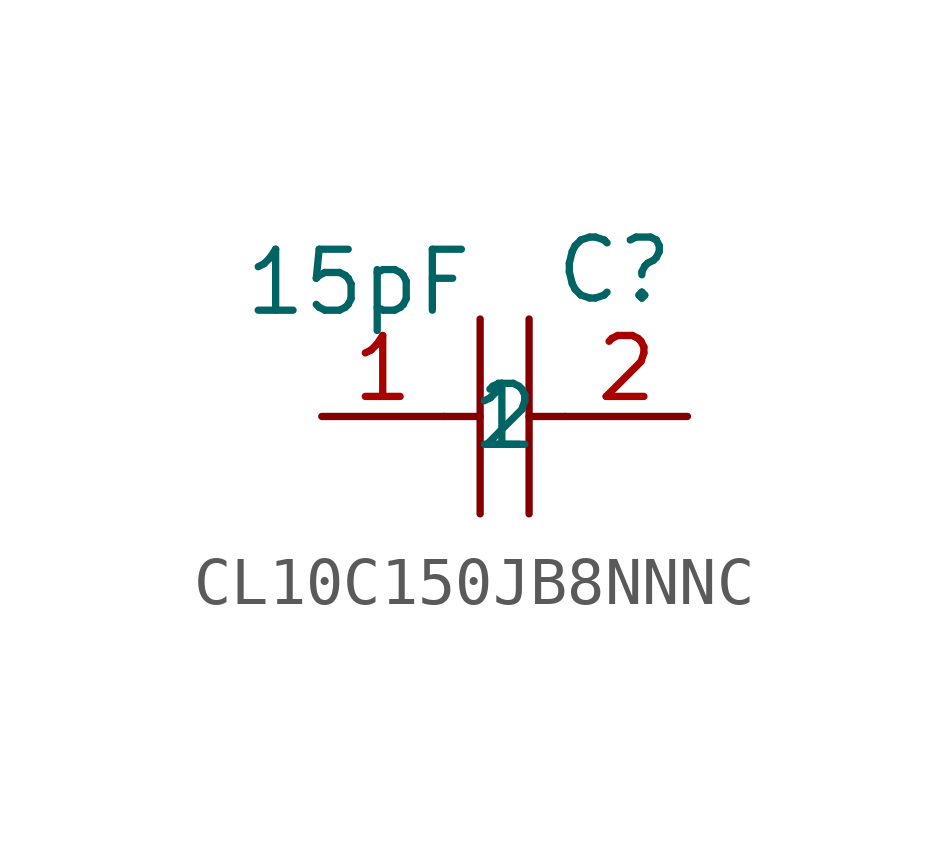
<source format=kicad_sym>
(kicad_symbol_lib
  (version 20231120)
  (generator "kicad_symbol_editor")
  (generator_version "8.0")
  (symbol "CL10C150JB8NNNC"
    (property "Reference" "C"
      (at 2.286 3.048 0)
      (effects (font (size 1.27 1.27))))
    (property "Value" "15pF"
      (at -3.048 2.794 0)
      (effects (font (size 1.27 1.27))))
    (symbol "CL10C150JB8NNNC_0_1"
      (polyline (pts (xy -1.27 0) (xy -0.51 0)) (stroke (width 0) (type default)) (fill (type none)))
      (polyline (pts (xy -0.51 2.03) (xy -0.51 -2.03)) (stroke (width 0) (type default)) (fill (type none)))
      (polyline (pts (xy 0.51 0) (xy 1.27 0)) (stroke (width 0) (type default)) (fill (type none)))
      (polyline (pts (xy 0.51 2.03) (xy 0.51 -2.03)) (stroke (width 0) (type default)) (fill (type none)))
      (pin passive line (at -3.81 0 0) (length 2.54) (name "1" (effects (font (size 1.27 1.27)))) (number "1" (effects (font (size 1.27 1.27)))))
      (pin passive line (at 3.81 0 180) (length 2.54) (name "2" (effects (font (size 1.27 1.27)))) (number "2" (effects (font (size 1.27 1.27))))))))
</source>
